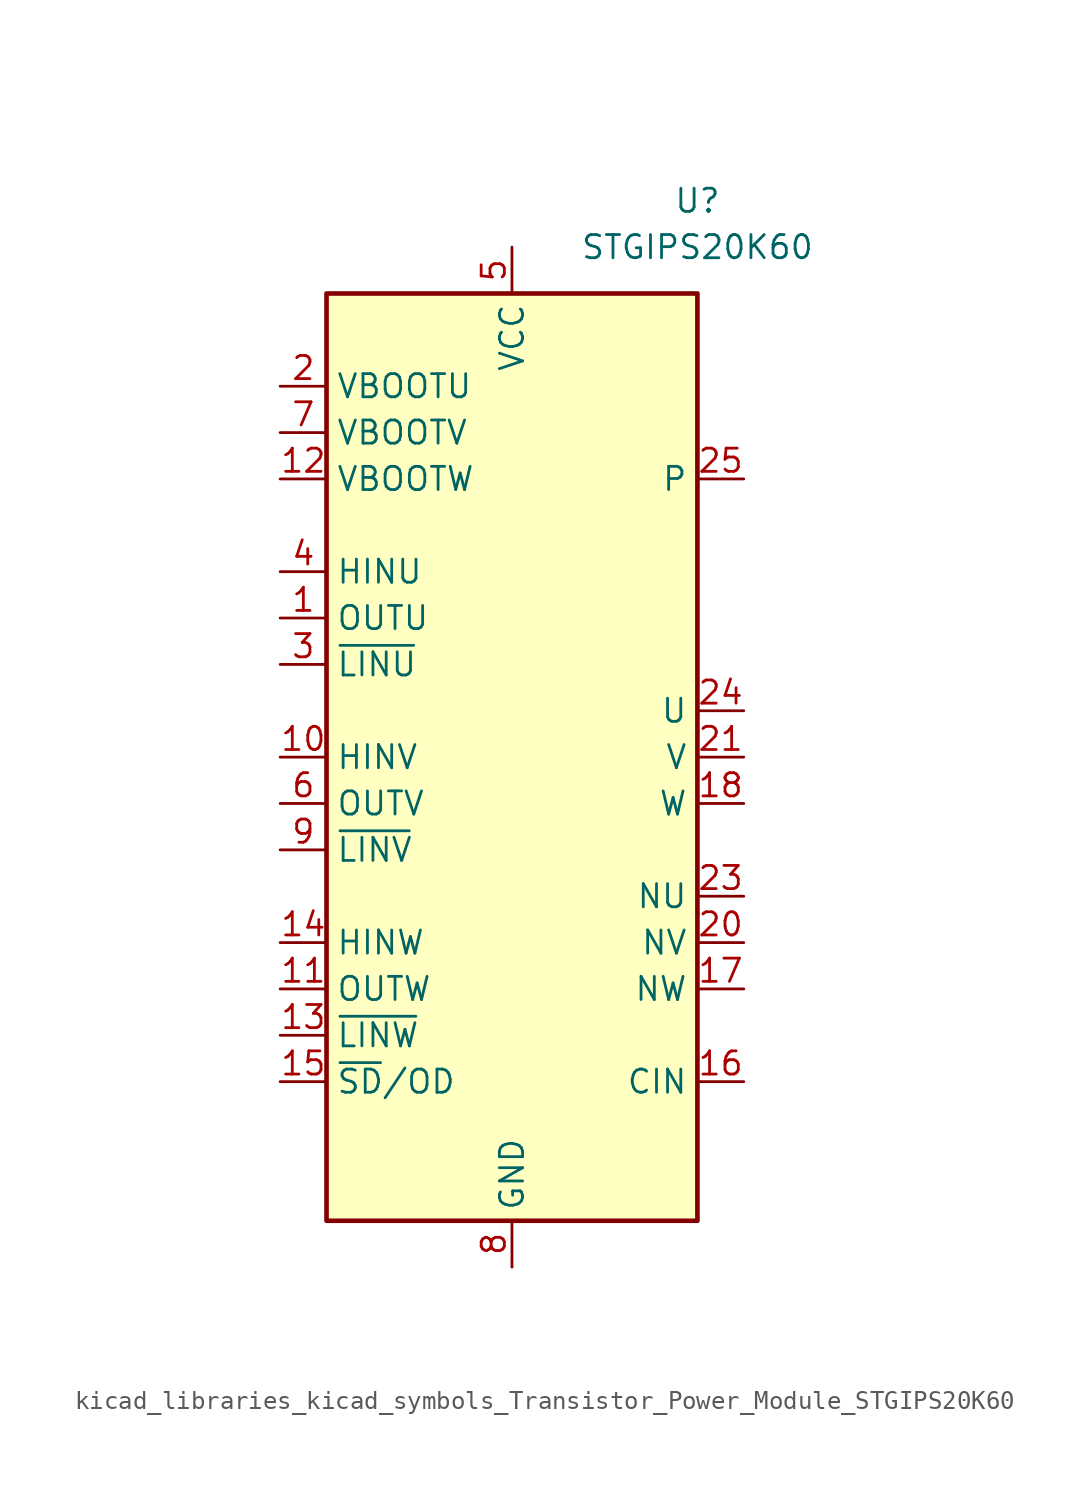
<source format=kicad_sym>
(kicad_symbol_lib
  (version 20220914)
  (generator kicad_symbol_editor)
  (symbol "kicad_libraries_kicad_symbols_Transistor_Power_Module_STGIPS20K60"
    (property "Reference" "U"
      (at 10.16 30.48 0)
      (effects (font (size 1.27 1.27))))
    (property "Value" "STGIPS20K60"
      (at 10.16 27.94 0)
      (effects (font (size 1.27 1.27))))
    (symbol "kicad_libraries_kicad_symbols_Transistor_Power_Module_STGIPS20K60_0_1"
      (rectangle (start -10.16 25.4) (end 10.16 -25.4) (stroke (width 0.254) (type default)) (fill (type background))))
    (symbol "kicad_libraries_kicad_symbols_Transistor_Power_Module_STGIPS20K60_1_1"
      (pin output line (at -12.7 7.62 0) (length 2.54) (name "OUTU" (effects (font (size 1.27 1.27)))) (number "1" (effects (font (size 1.27 1.27)))))
      (pin input line (at -12.7 0 0) (length 2.54) (name "HINV" (effects (font (size 1.27 1.27)))) (number "10" (effects (font (size 1.27 1.27)))))
      (pin output line (at -12.7 -12.7 0) (length 2.54) (name "OUTW" (effects (font (size 1.27 1.27)))) (number "11" (effects (font (size 1.27 1.27)))))
      (pin passive line (at -12.7 15.24 0) (length 2.54) (name "VBOOTW" (effects (font (size 1.27 1.27)))) (number "12" (effects (font (size 1.27 1.27)))))
      (pin input line (at -12.7 -15.24 0) (length 2.54) (name "~{LINW}" (effects (font (size 1.27 1.27)))) (number "13" (effects (font (size 1.27 1.27)))))
      (pin input line (at -12.7 -10.16 0) (length 2.54) (name "HINW" (effects (font (size 1.27 1.27)))) (number "14" (effects (font (size 1.27 1.27)))))
      (pin input line (at -12.7 -17.78 0) (length 2.54) (name "~{SD}/OD" (effects (font (size 1.27 1.27)))) (number "15" (effects (font (size 1.27 1.27)))))
      (pin input line (at 12.7 -17.78 180) (length 2.54) (name "CIN" (effects (font (size 1.27 1.27)))) (number "16" (effects (font (size 1.27 1.27)))))
      (pin passive line (at 12.7 -12.7 180) (length 2.54) (name "NW" (effects (font (size 1.27 1.27)))) (number "17" (effects (font (size 1.27 1.27)))))
      (pin passive line (at 12.7 -2.54 180) (length 2.54) (name "W" (effects (font (size 1.27 1.27)))) (number "18" (effects (font (size 1.27 1.27)))))
      (pin passive line (at 12.7 15.24 180) (length 2.54) hide (name "P" (effects (font (size 1.27 1.27)))) (number "19" (effects (font (size 1.27 1.27)))))
      (pin passive line (at -12.7 20.32 0) (length 2.54) (name "VBOOTU" (effects (font (size 1.27 1.27)))) (number "2" (effects (font (size 1.27 1.27)))))
      (pin passive line (at 12.7 -10.16 180) (length 2.54) (name "NV" (effects (font (size 1.27 1.27)))) (number "20" (effects (font (size 1.27 1.27)))))
      (pin passive line (at 12.7 0 180) (length 2.54) (name "V" (effects (font (size 1.27 1.27)))) (number "21" (effects (font (size 1.27 1.27)))))
      (pin passive line (at 12.7 15.24 180) (length 2.54) hide (name "P" (effects (font (size 1.27 1.27)))) (number "22" (effects (font (size 1.27 1.27)))))
      (pin passive line (at 12.7 -7.62 180) (length 2.54) (name "NU" (effects (font (size 1.27 1.27)))) (number "23" (effects (font (size 1.27 1.27)))))
      (pin passive line (at 12.7 2.54 180) (length 2.54) (name "U" (effects (font (size 1.27 1.27)))) (number "24" (effects (font (size 1.27 1.27)))))
      (pin passive line (at 12.7 15.24 180) (length 2.54) (name "P" (effects (font (size 1.27 1.27)))) (number "25" (effects (font (size 1.27 1.27)))))
      (pin input line (at -12.7 5.08 0) (length 2.54) (name "~{LINU}" (effects (font (size 1.27 1.27)))) (number "3" (effects (font (size 1.27 1.27)))))
      (pin input line (at -12.7 10.16 0) (length 2.54) (name "HINU" (effects (font (size 1.27 1.27)))) (number "4" (effects (font (size 1.27 1.27)))))
      (pin power_in line (at 0 27.94 270) (length 2.54) (name "VCC" (effects (font (size 1.27 1.27)))) (number "5" (effects (font (size 1.27 1.27)))))
      (pin output line (at -12.7 -2.54 0) (length 2.54) (name "OUTV" (effects (font (size 1.27 1.27)))) (number "6" (effects (font (size 1.27 1.27)))))
      (pin passive line (at -12.7 17.78 0) (length 2.54) (name "VBOOTV" (effects (font (size 1.27 1.27)))) (number "7" (effects (font (size 1.27 1.27)))))
      (pin power_in line (at 0 -27.94 90) (length 2.54) (name "GND" (effects (font (size 1.27 1.27)))) (number "8" (effects (font (size 1.27 1.27)))))
      (pin input line (at -12.7 -5.08 0) (length 2.54) (name "~{LINV}" (effects (font (size 1.27 1.27)))) (number "9" (effects (font (size 1.27 1.27))))))))
</source>
